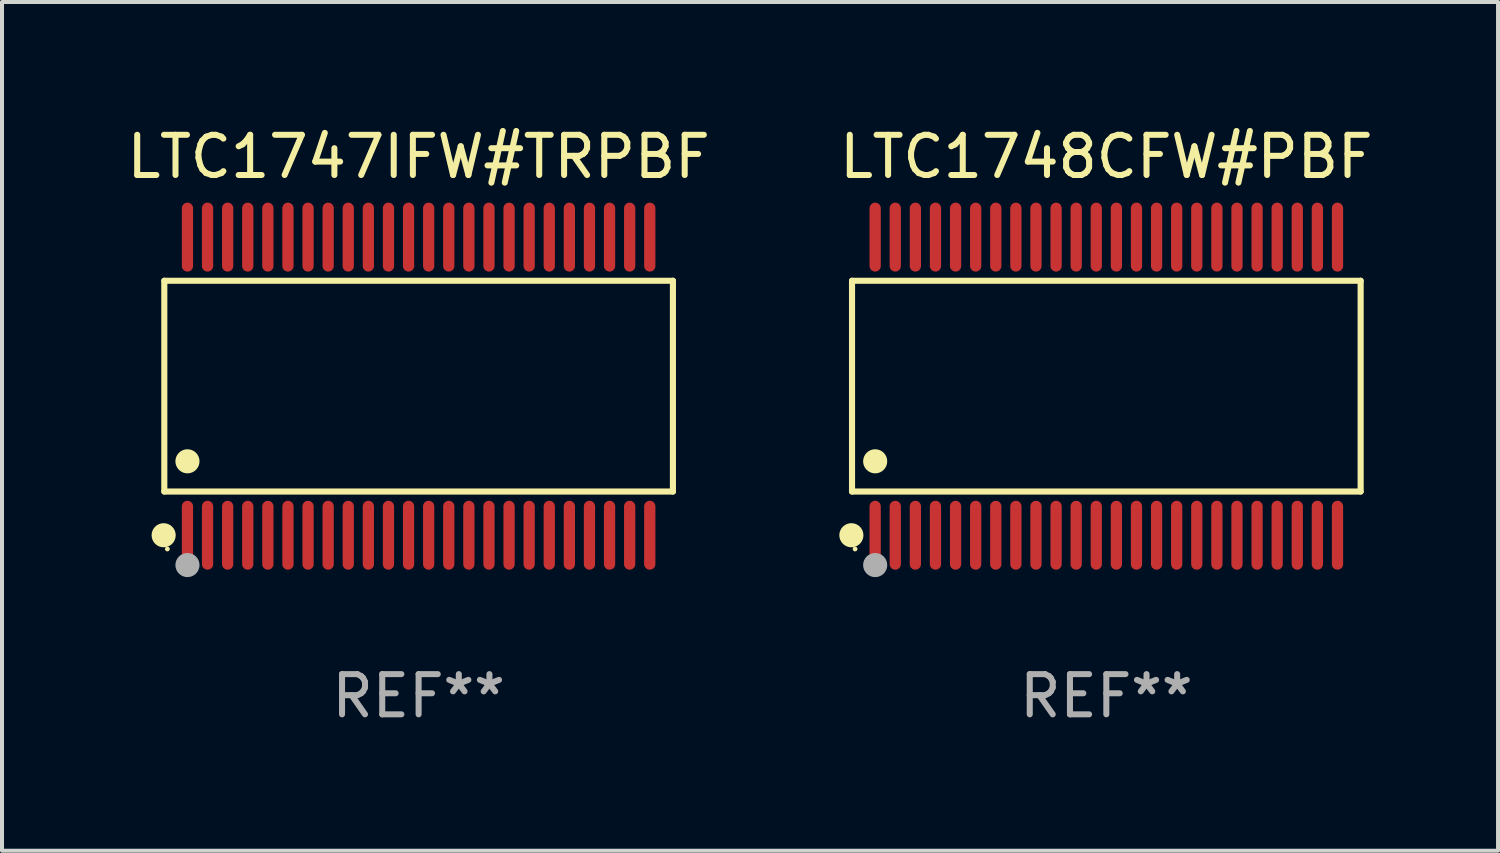
<source format=kicad_pcb>
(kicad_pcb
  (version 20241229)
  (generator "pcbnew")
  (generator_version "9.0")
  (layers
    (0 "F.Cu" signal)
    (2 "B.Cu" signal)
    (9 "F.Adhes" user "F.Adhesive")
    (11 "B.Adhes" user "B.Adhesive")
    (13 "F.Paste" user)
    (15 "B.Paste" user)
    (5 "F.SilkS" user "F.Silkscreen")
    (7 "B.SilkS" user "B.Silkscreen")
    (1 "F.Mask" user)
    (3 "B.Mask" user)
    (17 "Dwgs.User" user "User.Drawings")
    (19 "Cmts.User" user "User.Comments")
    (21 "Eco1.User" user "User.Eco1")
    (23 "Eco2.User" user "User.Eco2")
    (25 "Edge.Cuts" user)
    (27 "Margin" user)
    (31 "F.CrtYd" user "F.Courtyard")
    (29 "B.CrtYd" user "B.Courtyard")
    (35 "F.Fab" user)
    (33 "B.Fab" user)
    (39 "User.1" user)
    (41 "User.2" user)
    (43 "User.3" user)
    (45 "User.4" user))
  (footprint "LTC1747IFW#TRPBF"
    (layer "F.Cu")
    (at 7.363 6.556)
    (property "Reference" "LTC1747IFW#TRPBF" (at 0 -5.708 0) (layer "F.SilkS") (effects (font (size 1 1) (thickness 0.15))))
    (attr through_hole)
    (fp_line (start -6.326 -2.622) (end 6.326 -2.622) (stroke (width 0.152) (type solid)) (layer "F.SilkS"))
    (fp_line (start -6.326 2.621) (end -6.326 -2.622) (stroke (width 0.152) (type solid)) (layer "F.SilkS"))
    (fp_line (start 6.326 -2.622) (end 6.326 2.621) (stroke (width 0.152) (type solid)) (layer "F.SilkS"))
    (fp_line (start 6.326 2.621) (end -6.326 2.621) (stroke (width 0.152) (type solid)) (layer "F.SilkS"))
    (fp_circle (center -6.342 3.708) (end -6.192 3.708) (stroke (width 0.3) (type solid)) (fill no) (layer "F.SilkS"))
    (fp_circle (center -6.25 4.05) (end -6.22 4.05) (stroke (width 0.06) (type solid)) (fill no) (layer "F.SilkS"))
    (fp_circle (center -5.75 1.869) (end -5.6 1.869) (stroke (width 0.3) (type solid)) (fill no) (layer "F.SilkS"))
    (fp_circle (center -5.75 4.45) (end -5.6 4.45) (stroke (width 0.3) (type solid)) (fill no) (layer "F.Fab"))
    (fp_text user "REF**" (at 0 7.708 0) (layer "F.Fab") (effects (font (size 1 1) (thickness 0.15))))
    (pad "1" smd oval (at -5.75 3.708) (size 0.28 1.715) (layers "F.Cu" "F.Mask" "F.Paste"))
    (pad "2" smd oval (at -5.25 3.708) (size 0.28 1.715) (layers "F.Cu" "F.Mask" "F.Paste"))
    (pad "3" smd oval (at -4.75 3.708) (size 0.28 1.715) (layers "F.Cu" "F.Mask" "F.Paste"))
    (pad "4" smd oval (at -4.25 3.708) (size 0.28 1.715) (layers "F.Cu" "F.Mask" "F.Paste"))
    (pad "5" smd oval (at -3.75 3.708) (size 0.28 1.715) (layers "F.Cu" "F.Mask" "F.Paste"))
    (pad "6" smd oval (at -3.25 3.708) (size 0.28 1.715) (layers "F.Cu" "F.Mask" "F.Paste"))
    (pad "7" smd oval (at -2.75 3.708) (size 0.28 1.715) (layers "F.Cu" "F.Mask" "F.Paste"))
    (pad "8" smd oval (at -2.25 3.708) (size 0.28 1.715) (layers "F.Cu" "F.Mask" "F.Paste"))
    (pad "9" smd oval (at -1.75 3.708) (size 0.28 1.715) (layers "F.Cu" "F.Mask" "F.Paste"))
    (pad "10" smd oval (at -1.25 3.708) (size 0.28 1.715) (layers "F.Cu" "F.Mask" "F.Paste"))
    (pad "11" smd oval (at -0.75 3.708) (size 0.28 1.715) (layers "F.Cu" "F.Mask" "F.Paste"))
    (pad "12" smd oval (at -0.25 3.708) (size 0.28 1.715) (layers "F.Cu" "F.Mask" "F.Paste"))
    (pad "13" smd oval (at 0.25 3.708) (size 0.28 1.715) (layers "F.Cu" "F.Mask" "F.Paste"))
    (pad "14" smd oval (at 0.75 3.708) (size 0.28 1.715) (layers "F.Cu" "F.Mask" "F.Paste"))
    (pad "15" smd oval (at 1.25 3.708) (size 0.28 1.715) (layers "F.Cu" "F.Mask" "F.Paste"))
    (pad "16" smd oval (at 1.75 3.708) (size 0.28 1.715) (layers "F.Cu" "F.Mask" "F.Paste"))
    (pad "17" smd oval (at 2.25 3.708) (size 0.28 1.715) (layers "F.Cu" "F.Mask" "F.Paste"))
    (pad "18" smd oval (at 2.75 3.708) (size 0.28 1.715) (layers "F.Cu" "F.Mask" "F.Paste"))
    (pad "19" smd oval (at 3.25 3.708) (size 0.28 1.715) (layers "F.Cu" "F.Mask" "F.Paste"))
    (pad "20" smd oval (at 3.75 3.708) (size 0.28 1.715) (layers "F.Cu" "F.Mask" "F.Paste"))
    (pad "21" smd oval (at 4.25 3.708) (size 0.28 1.715) (layers "F.Cu" "F.Mask" "F.Paste"))
    (pad "22" smd oval (at 4.75 3.708) (size 0.28 1.715) (layers "F.Cu" "F.Mask" "F.Paste"))
    (pad "23" smd oval (at 5.25 3.708) (size 0.28 1.715) (layers "F.Cu" "F.Mask" "F.Paste"))
    (pad "24" smd oval (at 5.75 3.708) (size 0.28 1.715) (layers "F.Cu" "F.Mask" "F.Paste"))
    (pad "25" smd oval (at 5.75 -3.708) (size 0.28 1.715) (layers "F.Cu" "F.Mask" "F.Paste"))
    (pad "26" smd oval (at 5.25 -3.708) (size 0.28 1.715) (layers "F.Cu" "F.Mask" "F.Paste"))
    (pad "27" smd oval (at 4.75 -3.708) (size 0.28 1.715) (layers "F.Cu" "F.Mask" "F.Paste"))
    (pad "28" smd oval (at 4.25 -3.708) (size 0.28 1.715) (layers "F.Cu" "F.Mask" "F.Paste"))
    (pad "29" smd oval (at 3.75 -3.708) (size 0.28 1.715) (layers "F.Cu" "F.Mask" "F.Paste"))
    (pad "30" smd oval (at 3.25 -3.708) (size 0.28 1.715) (layers "F.Cu" "F.Mask" "F.Paste"))
    (pad "31" smd oval (at 2.75 -3.708) (size 0.28 1.715) (layers "F.Cu" "F.Mask" "F.Paste"))
    (pad "32" smd oval (at 2.25 -3.708) (size 0.28 1.715) (layers "F.Cu" "F.Mask" "F.Paste"))
    (pad "33" smd oval (at 1.75 -3.708) (size 0.28 1.715) (layers "F.Cu" "F.Mask" "F.Paste"))
    (pad "34" smd oval (at 1.25 -3.708) (size 0.28 1.715) (layers "F.Cu" "F.Mask" "F.Paste"))
    (pad "35" smd oval (at 0.75 -3.708) (size 0.28 1.715) (layers "F.Cu" "F.Mask" "F.Paste"))
    (pad "36" smd oval (at 0.25 -3.708) (size 0.28 1.715) (layers "F.Cu" "F.Mask" "F.Paste"))
    (pad "37" smd oval (at -0.25 -3.708) (size 0.28 1.715) (layers "F.Cu" "F.Mask" "F.Paste"))
    (pad "38" smd oval (at -0.75 -3.708) (size 0.28 1.715) (layers "F.Cu" "F.Mask" "F.Paste"))
    (pad "39" smd oval (at -1.25 -3.708) (size 0.28 1.715) (layers "F.Cu" "F.Mask" "F.Paste"))
    (pad "40" smd oval (at -1.75 -3.708) (size 0.28 1.715) (layers "F.Cu" "F.Mask" "F.Paste"))
    (pad "41" smd oval (at -2.25 -3.708) (size 0.28 1.715) (layers "F.Cu" "F.Mask" "F.Paste"))
    (pad "42" smd oval (at -2.75 -3.708) (size 0.28 1.715) (layers "F.Cu" "F.Mask" "F.Paste"))
    (pad "43" smd oval (at -3.25 -3.708) (size 0.28 1.715) (layers "F.Cu" "F.Mask" "F.Paste"))
    (pad "44" smd oval (at -3.75 -3.708) (size 0.28 1.715) (layers "F.Cu" "F.Mask" "F.Paste"))
    (pad "45" smd oval (at -4.25 -3.708) (size 0.28 1.715) (layers "F.Cu" "F.Mask" "F.Paste"))
    (pad "46" smd oval (at -4.75 -3.708) (size 0.28 1.715) (layers "F.Cu" "F.Mask" "F.Paste"))
    (pad "47" smd oval (at -5.25 -3.708) (size 0.28 1.715) (layers "F.Cu" "F.Mask" "F.Paste"))
    (pad "48" smd oval (at -5.75 -3.708) (size 0.28 1.715) (layers "F.Cu" "F.Mask" "F.Paste")))
  (footprint "LTC1748CFW#PBF"
    (layer "F.Cu")
    (at 24.47 6.556)
    (property "Reference" "LTC1748CFW#PBF" (at 0 -5.708 0) (layer "F.SilkS") (effects (font (size 1 1) (thickness 0.15))))
    (attr through_hole)
    (fp_line (start -6.326 -2.622) (end 6.326 -2.622) (stroke (width 0.152) (type solid)) (layer "F.SilkS"))
    (fp_line (start -6.326 2.621) (end -6.326 -2.622) (stroke (width 0.152) (type solid)) (layer "F.SilkS"))
    (fp_line (start 6.326 -2.622) (end 6.326 2.621) (stroke (width 0.152) (type solid)) (layer "F.SilkS"))
    (fp_line (start 6.326 2.621) (end -6.326 2.621) (stroke (width 0.152) (type solid)) (layer "F.SilkS"))
    (fp_circle (center -6.342 3.708) (end -6.192 3.708) (stroke (width 0.3) (type solid)) (fill no) (layer "F.SilkS"))
    (fp_circle (center -6.25 4.05) (end -6.22 4.05) (stroke (width 0.06) (type solid)) (fill no) (layer "F.SilkS"))
    (fp_circle (center -5.75 1.869) (end -5.6 1.869) (stroke (width 0.3) (type solid)) (fill no) (layer "F.SilkS"))
    (fp_circle (center -5.75 4.45) (end -5.6 4.45) (stroke (width 0.3) (type solid)) (fill no) (layer "F.Fab"))
    (fp_text user "REF**" (at 0 7.708 0) (layer "F.Fab") (effects (font (size 1 1) (thickness 0.15))))
    (pad "1" smd oval (at -5.75 3.708) (size 0.28 1.715) (layers "F.Cu" "F.Mask" "F.Paste"))
    (pad "2" smd oval (at -5.25 3.708) (size 0.28 1.715) (layers "F.Cu" "F.Mask" "F.Paste"))
    (pad "3" smd oval (at -4.75 3.708) (size 0.28 1.715) (layers "F.Cu" "F.Mask" "F.Paste"))
    (pad "4" smd oval (at -4.25 3.708) (size 0.28 1.715) (layers "F.Cu" "F.Mask" "F.Paste"))
    (pad "5" smd oval (at -3.75 3.708) (size 0.28 1.715) (layers "F.Cu" "F.Mask" "F.Paste"))
    (pad "6" smd oval (at -3.25 3.708) (size 0.28 1.715) (layers "F.Cu" "F.Mask" "F.Paste"))
    (pad "7" smd oval (at -2.75 3.708) (size 0.28 1.715) (layers "F.Cu" "F.Mask" "F.Paste"))
    (pad "8" smd oval (at -2.25 3.708) (size 0.28 1.715) (layers "F.Cu" "F.Mask" "F.Paste"))
    (pad "9" smd oval (at -1.75 3.708) (size 0.28 1.715) (layers "F.Cu" "F.Mask" "F.Paste"))
    (pad "10" smd oval (at -1.25 3.708) (size 0.28 1.715) (layers "F.Cu" "F.Mask" "F.Paste"))
    (pad "11" smd oval (at -0.75 3.708) (size 0.28 1.715) (layers "F.Cu" "F.Mask" "F.Paste"))
    (pad "12" smd oval (at -0.25 3.708) (size 0.28 1.715) (layers "F.Cu" "F.Mask" "F.Paste"))
    (pad "13" smd oval (at 0.25 3.708) (size 0.28 1.715) (layers "F.Cu" "F.Mask" "F.Paste"))
    (pad "14" smd oval (at 0.75 3.708) (size 0.28 1.715) (layers "F.Cu" "F.Mask" "F.Paste"))
    (pad "15" smd oval (at 1.25 3.708) (size 0.28 1.715) (layers "F.Cu" "F.Mask" "F.Paste"))
    (pad "16" smd oval (at 1.75 3.708) (size 0.28 1.715) (layers "F.Cu" "F.Mask" "F.Paste"))
    (pad "17" smd oval (at 2.25 3.708) (size 0.28 1.715) (layers "F.Cu" "F.Mask" "F.Paste"))
    (pad "18" smd oval (at 2.75 3.708) (size 0.28 1.715) (layers "F.Cu" "F.Mask" "F.Paste"))
    (pad "19" smd oval (at 3.25 3.708) (size 0.28 1.715) (layers "F.Cu" "F.Mask" "F.Paste"))
    (pad "20" smd oval (at 3.75 3.708) (size 0.28 1.715) (layers "F.Cu" "F.Mask" "F.Paste"))
    (pad "21" smd oval (at 4.25 3.708) (size 0.28 1.715) (layers "F.Cu" "F.Mask" "F.Paste"))
    (pad "22" smd oval (at 4.75 3.708) (size 0.28 1.715) (layers "F.Cu" "F.Mask" "F.Paste"))
    (pad "23" smd oval (at 5.25 3.708) (size 0.28 1.715) (layers "F.Cu" "F.Mask" "F.Paste"))
    (pad "24" smd oval (at 5.75 3.708) (size 0.28 1.715) (layers "F.Cu" "F.Mask" "F.Paste"))
    (pad "25" smd oval (at 5.75 -3.708) (size 0.28 1.715) (layers "F.Cu" "F.Mask" "F.Paste"))
    (pad "26" smd oval (at 5.25 -3.708) (size 0.28 1.715) (layers "F.Cu" "F.Mask" "F.Paste"))
    (pad "27" smd oval (at 4.75 -3.708) (size 0.28 1.715) (layers "F.Cu" "F.Mask" "F.Paste"))
    (pad "28" smd oval (at 4.25 -3.708) (size 0.28 1.715) (layers "F.Cu" "F.Mask" "F.Paste"))
    (pad "29" smd oval (at 3.75 -3.708) (size 0.28 1.715) (layers "F.Cu" "F.Mask" "F.Paste"))
    (pad "30" smd oval (at 3.25 -3.708) (size 0.28 1.715) (layers "F.Cu" "F.Mask" "F.Paste"))
    (pad "31" smd oval (at 2.75 -3.708) (size 0.28 1.715) (layers "F.Cu" "F.Mask" "F.Paste"))
    (pad "32" smd oval (at 2.25 -3.708) (size 0.28 1.715) (layers "F.Cu" "F.Mask" "F.Paste"))
    (pad "33" smd oval (at 1.75 -3.708) (size 0.28 1.715) (layers "F.Cu" "F.Mask" "F.Paste"))
    (pad "34" smd oval (at 1.25 -3.708) (size 0.28 1.715) (layers "F.Cu" "F.Mask" "F.Paste"))
    (pad "35" smd oval (at 0.75 -3.708) (size 0.28 1.715) (layers "F.Cu" "F.Mask" "F.Paste"))
    (pad "36" smd oval (at 0.25 -3.708) (size 0.28 1.715) (layers "F.Cu" "F.Mask" "F.Paste"))
    (pad "37" smd oval (at -0.25 -3.708) (size 0.28 1.715) (layers "F.Cu" "F.Mask" "F.Paste"))
    (pad "38" smd oval (at -0.75 -3.708) (size 0.28 1.715) (layers "F.Cu" "F.Mask" "F.Paste"))
    (pad "39" smd oval (at -1.25 -3.708) (size 0.28 1.715) (layers "F.Cu" "F.Mask" "F.Paste"))
    (pad "40" smd oval (at -1.75 -3.708) (size 0.28 1.715) (layers "F.Cu" "F.Mask" "F.Paste"))
    (pad "41" smd oval (at -2.25 -3.708) (size 0.28 1.715) (layers "F.Cu" "F.Mask" "F.Paste"))
    (pad "42" smd oval (at -2.75 -3.708) (size 0.28 1.715) (layers "F.Cu" "F.Mask" "F.Paste"))
    (pad "43" smd oval (at -3.25 -3.708) (size 0.28 1.715) (layers "F.Cu" "F.Mask" "F.Paste"))
    (pad "44" smd oval (at -3.75 -3.708) (size 0.28 1.715) (layers "F.Cu" "F.Mask" "F.Paste"))
    (pad "45" smd oval (at -4.25 -3.708) (size 0.28 1.715) (layers "F.Cu" "F.Mask" "F.Paste"))
    (pad "46" smd oval (at -4.75 -3.708) (size 0.28 1.715) (layers "F.Cu" "F.Mask" "F.Paste"))
    (pad "47" smd oval (at -5.25 -3.708) (size 0.28 1.715) (layers "F.Cu" "F.Mask" "F.Paste"))
    (pad "48" smd oval (at -5.75 -3.708) (size 0.28 1.715) (layers "F.Cu" "F.Mask" "F.Paste")))
  (gr_rect
    (start -3 -3)
    (end 34.214 18.112)
    (stroke (width 0.1) (type default))
    (fill no)
    (layer "Edge.Cuts")))
</source>
